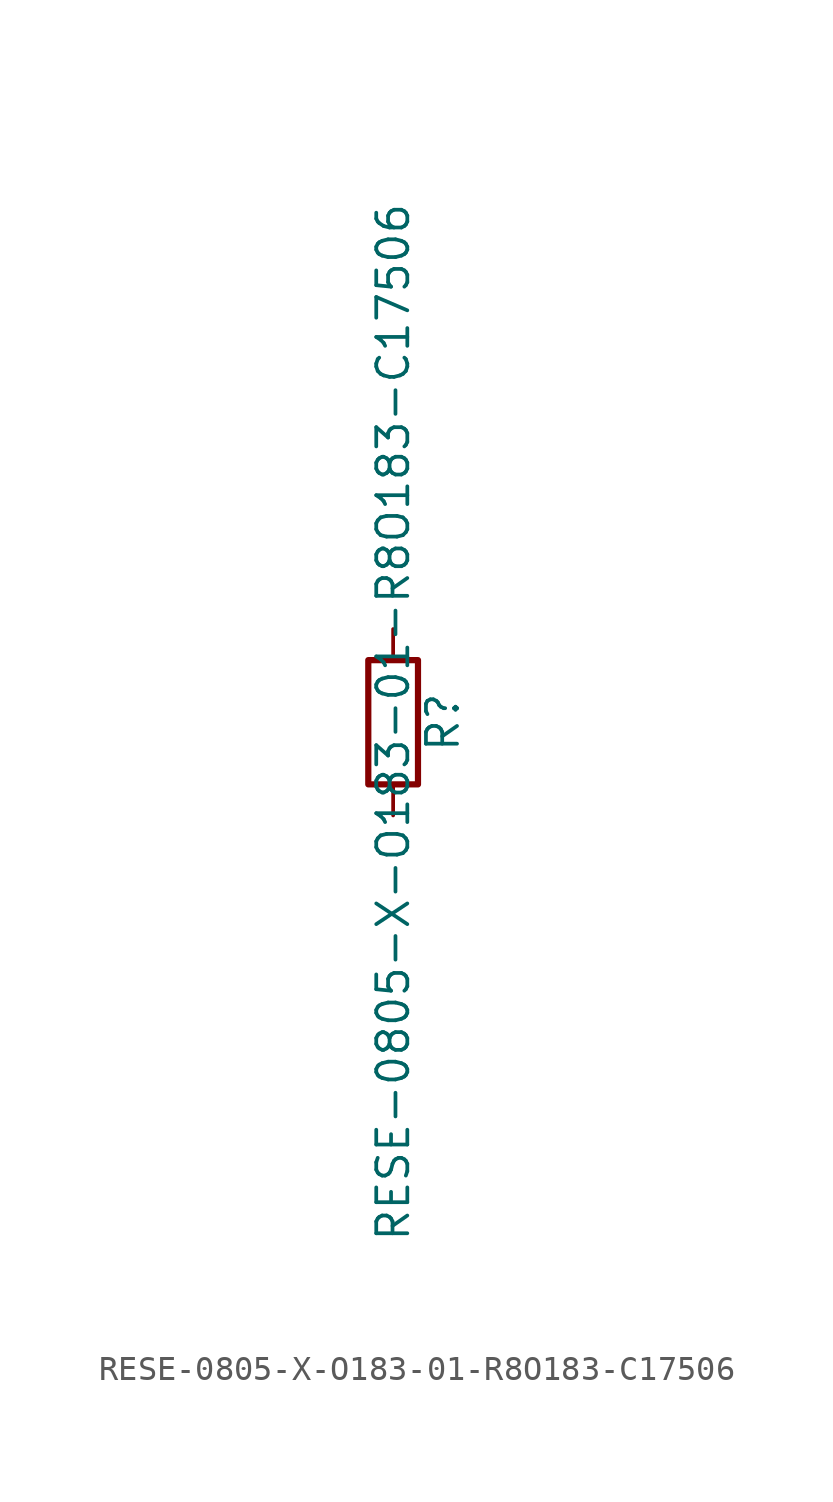
<source format=kicad_sym>
(kicad_symbol_lib
  (version 20211014)
  (generator kicad_symbol_editor)
  (symbol "RESE-0805-X-O183-01-R8O183-C17506"
    (pin_numbers hide)
    (pin_names
      (offset 0))
    (property "Reference" "R"
      (at 2.032 0 90)
      (effects (font (size 1.27 1.27))))
    (property "Value" "RESE-0805-X-O183-01-R8O183-C17506"
      (at 0 0 90)
      (effects (font (size 1.27 1.27))))
    (symbol "RESE-0805-X-O183-01-R8O183-C17506_0_1"
      (rectangle (start -1.016 -2.54) (end 1.016 2.54) (stroke (width 0.254) (type default) (color 0 0 0 0)) (fill (type none))))
    (symbol "RESE-0805-X-O183-01-R8O183-C17506_1_1"
      (pin passive line (at 0 3.81 270) (length 1.27) (name "~" (effects (font (size 1.27 1.27)))) (number "1" (effects (font (size 1.27 1.27)))))
      (pin passive line (at 0 -3.81 90) (length 1.27) (name "~" (effects (font (size 1.27 1.27)))) (number "2" (effects (font (size 1.27 1.27))))))))
</source>
